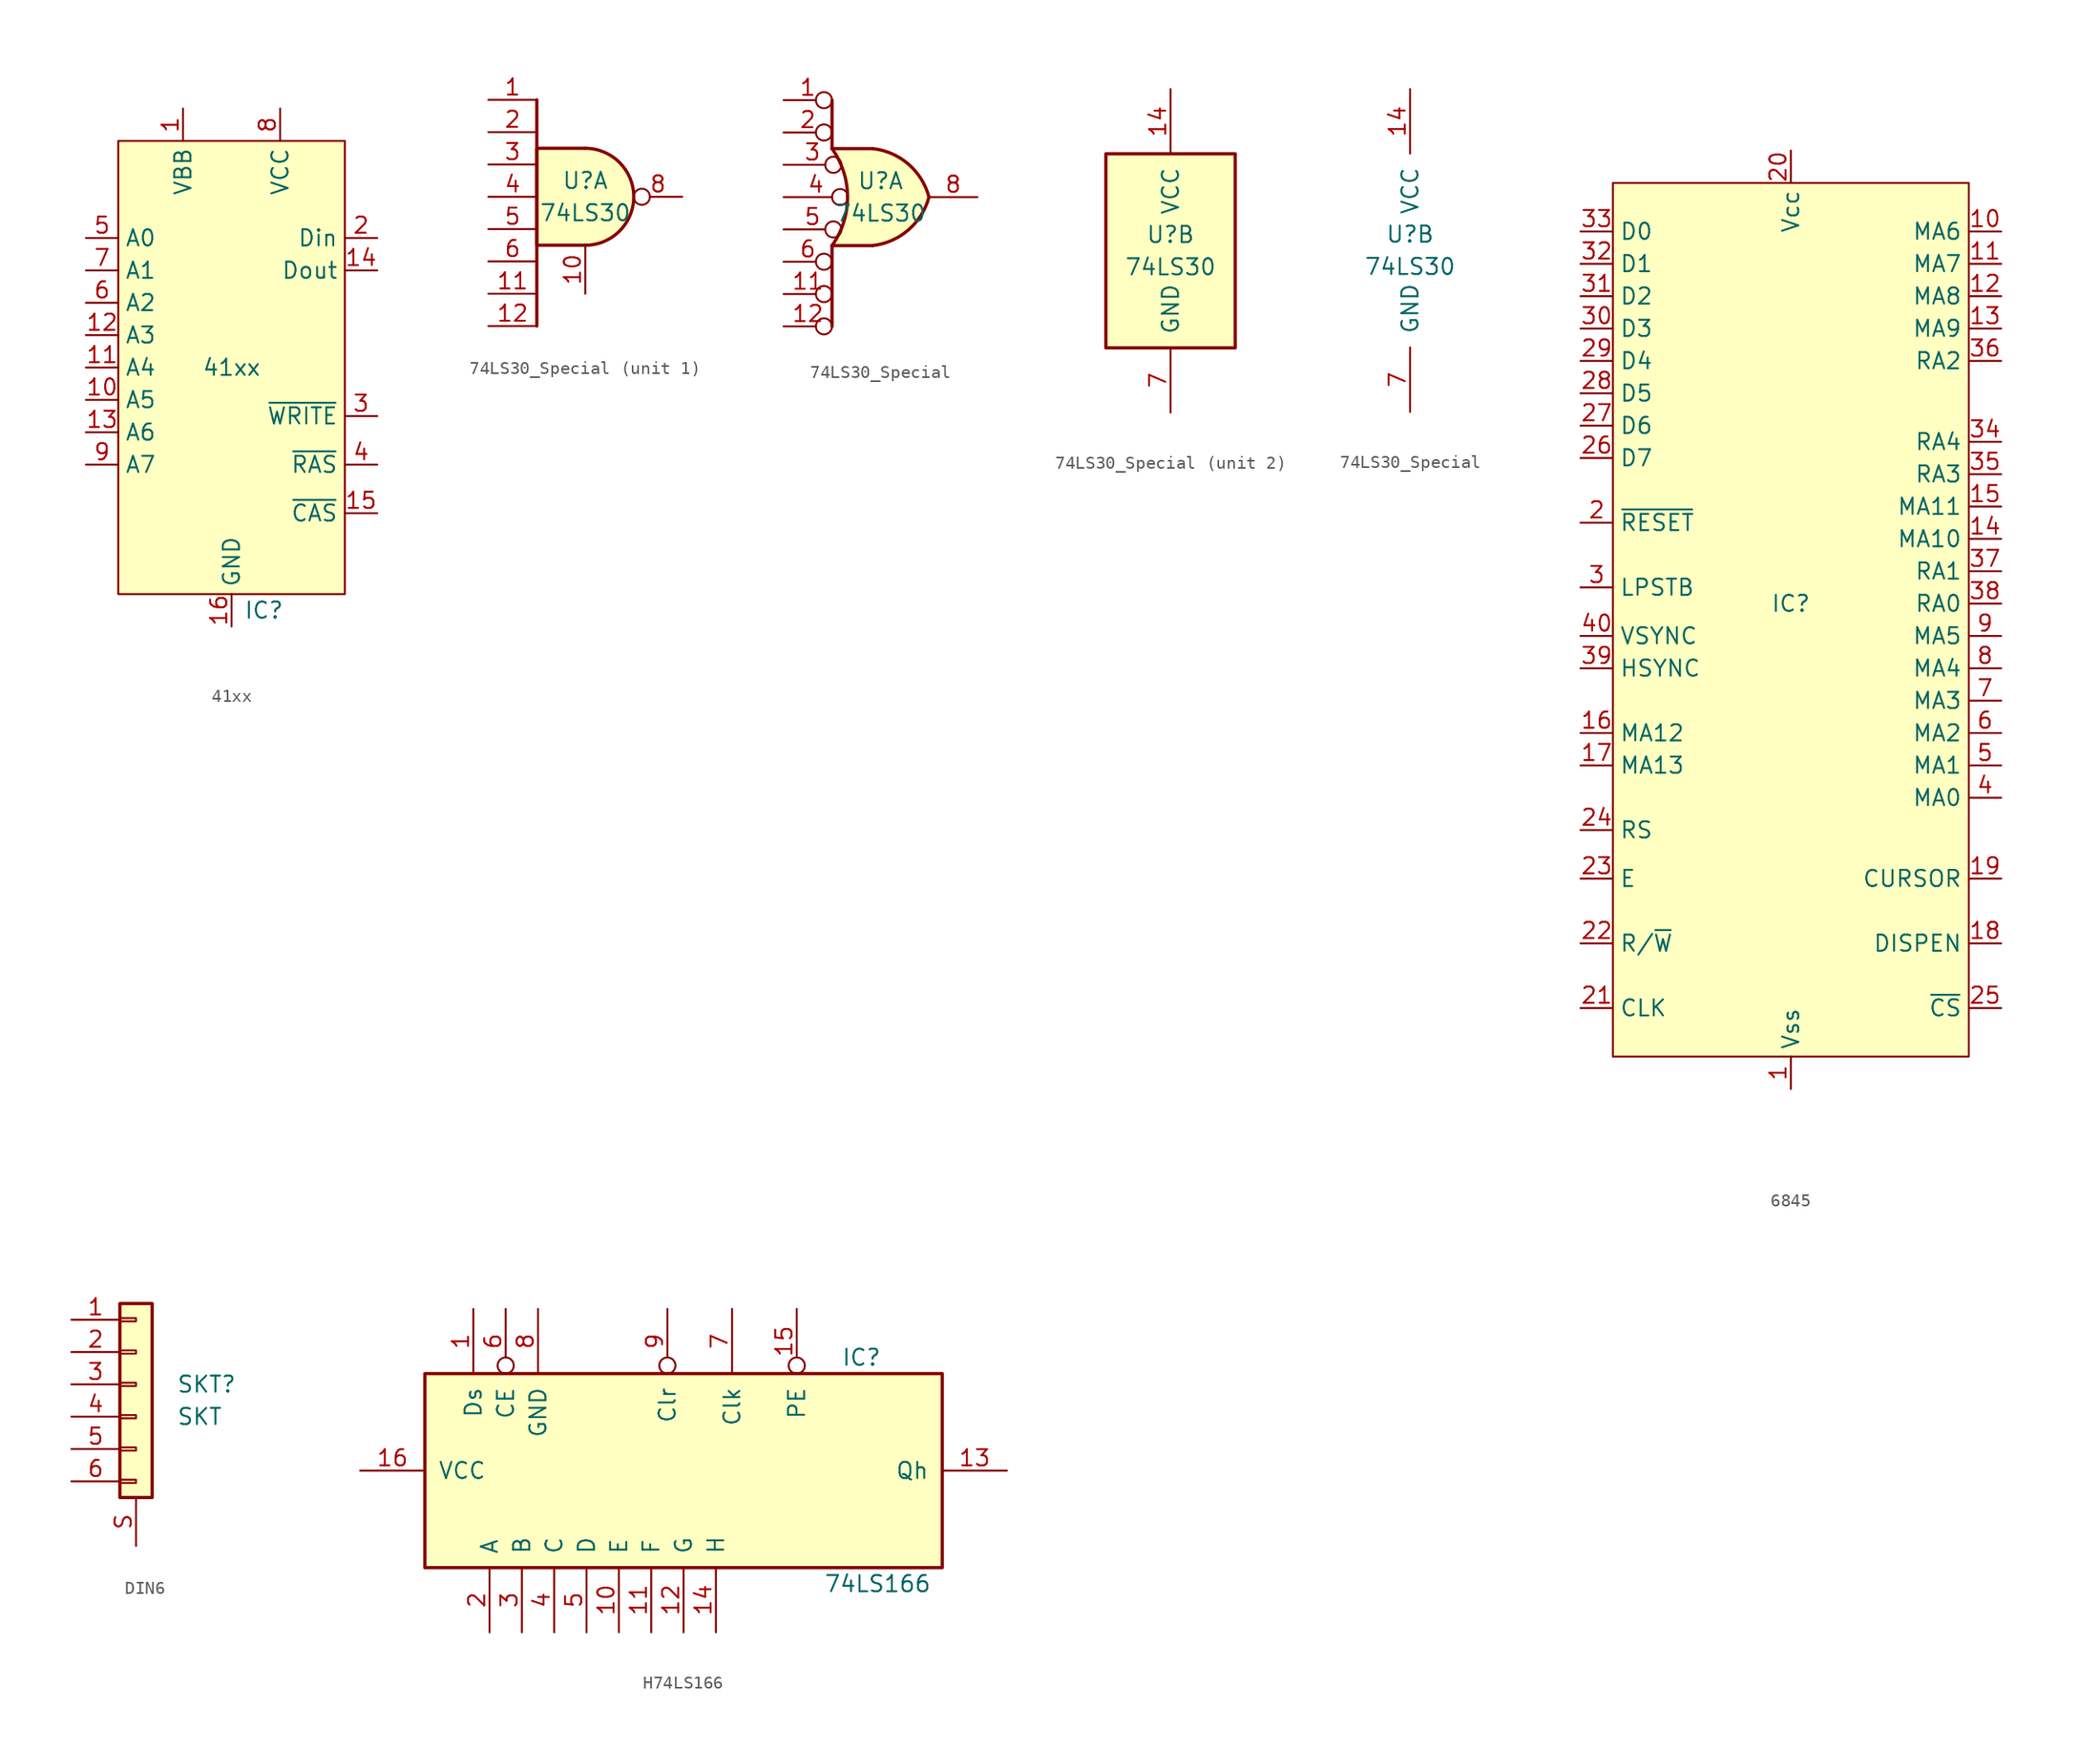
<source format=kicad_sym>
(kicad_symbol_lib
  (version 20220914)
  (generator kicad_symbol_editor)
  (symbol "41xx"
    (property "Reference" "IC"
      (at 2.54 -19.05 0)
      (effects (font (size 1.27 1.27))))
    (property "Value" "41xx"
      (at 0 0 0)
      (effects (font (size 1.27 1.27))))
    (symbol "41xx_0_0"
      (pin power_in line (at -3.81 20.32 270) (length 2.54) (name "VBB" (effects (font (size 1.27 1.27)))) (number "1" (effects (font (size 1.27 1.27)))))
      (pin input line (at -11.43 -2.54 0) (length 2.54) (name "A5" (effects (font (size 1.27 1.27)))) (number "10" (effects (font (size 1.27 1.27)))))
      (pin input line (at -11.43 0 0) (length 2.54) (name "A4" (effects (font (size 1.27 1.27)))) (number "11" (effects (font (size 1.27 1.27)))))
      (pin input line (at -11.43 2.54 0) (length 2.54) (name "A3" (effects (font (size 1.27 1.27)))) (number "12" (effects (font (size 1.27 1.27)))))
      (pin input line (at -11.43 -5.08 0) (length 2.54) (name "A6" (effects (font (size 1.27 1.27)))) (number "13" (effects (font (size 1.27 1.27)))))
      (pin passive line (at 11.43 7.62 180) (length 2.54) (name "Dout" (effects (font (size 1.27 1.27)))) (number "14" (effects (font (size 1.27 1.27)))))
      (pin input line (at 11.43 -11.43 180) (length 2.54) (name "~{CAS}" (effects (font (size 1.27 1.27)))) (number "15" (effects (font (size 1.27 1.27)))))
      (pin power_in line (at 0 -20.32 90) (length 2.54) (name "GND" (effects (font (size 1.27 1.27)))) (number "16" (effects (font (size 1.27 1.27)))))
      (pin passive line (at 11.43 10.16 180) (length 2.54) (name "Din" (effects (font (size 1.27 1.27)))) (number "2" (effects (font (size 1.27 1.27)))))
      (pin input line (at 11.43 -3.81 180) (length 2.54) (name "~{WRITE}" (effects (font (size 1.27 1.27)))) (number "3" (effects (font (size 1.27 1.27)))))
      (pin input line (at 11.43 -7.62 180) (length 2.54) (name "~{RAS}" (effects (font (size 1.27 1.27)))) (number "4" (effects (font (size 1.27 1.27)))))
      (pin input line (at -11.43 10.16 0) (length 2.54) (name "A0" (effects (font (size 1.27 1.27)))) (number "5" (effects (font (size 1.27 1.27)))))
      (pin input line (at -11.43 5.08 0) (length 2.54) (name "A2" (effects (font (size 1.27 1.27)))) (number "6" (effects (font (size 1.27 1.27)))))
      (pin input line (at -11.43 7.62 0) (length 2.54) (name "A1" (effects (font (size 1.27 1.27)))) (number "7" (effects (font (size 1.27 1.27)))))
      (pin power_in line (at 3.81 20.32 270) (length 2.54) (name "VCC" (effects (font (size 1.27 1.27)))) (number "8" (effects (font (size 1.27 1.27)))))
      (pin input line (at -11.43 -7.62 0) (length 2.54) (name "A7" (effects (font (size 1.27 1.27)))) (number "9" (effects (font (size 1.27 1.27))))))
    (symbol "41xx_1_1"
      (rectangle (start -8.89 17.78) (end 8.89 -17.78) (stroke (width 0) (type default)) (fill (type background)))))
  (symbol "74LS30_Special"
    (pin_names
      (offset 1.016))
    (property "Reference" "U"
      (at 0 1.27 0)
      (effects (font (size 1.27 1.27))))
    (property "Value" "74LS30"
      (at 0 -1.27 0)
      (effects (font (size 1.27 1.27))))
    (property "ki_locked" ""
      (at 0 0 0)
      (effects (font (size 1.27 1.27))))
    (symbol "74LS30_Special_1_1"
      (arc (start 0 -3.81) (mid 3.7934 0) (end 0 3.81) (stroke (width 0.254) (type default)) (fill (type background)))
      (polyline (pts (xy -3.81 7.62) (xy -3.81 -10.16)) (stroke (width 0.254) (type default)) (fill (type none)))
      (polyline (pts (xy 0 3.81) (xy -3.81 3.81) (xy -3.81 -3.81) (xy 0 -3.81)) (stroke (width 0.254) (type default)) (fill (type background)))
      (pin input line (at -7.62 7.62 0) (length 3.81) (name "~" (effects (font (size 1.27 1.27)))) (number "1" (effects (font (size 1.27 1.27)))))
      (pin input line (at 0 -7.62 90) (length 3.81) (name "~" (effects (font (size 1.27 1.27)))) (number "10" (effects (font (size 1.27 1.27)))))
      (pin input line (at -7.62 -7.62 0) (length 3.81) (name "~" (effects (font (size 1.27 1.27)))) (number "11" (effects (font (size 1.27 1.27)))))
      (pin input line (at -7.62 -10.16 0) (length 3.81) (name "~" (effects (font (size 1.27 1.27)))) (number "12" (effects (font (size 1.27 1.27)))))
      (pin input line (at -7.62 5.08 0) (length 3.81) (name "~" (effects (font (size 1.27 1.27)))) (number "2" (effects (font (size 1.27 1.27)))))
      (pin input line (at -7.62 2.54 0) (length 3.81) (name "~" (effects (font (size 1.27 1.27)))) (number "3" (effects (font (size 1.27 1.27)))))
      (pin input line (at -7.62 0 0) (length 3.81) (name "~" (effects (font (size 1.27 1.27)))) (number "4" (effects (font (size 1.27 1.27)))))
      (pin input line (at -7.62 -2.54 0) (length 3.81) (name "~" (effects (font (size 1.27 1.27)))) (number "5" (effects (font (size 1.27 1.27)))))
      (pin input line (at -7.62 -5.08 0) (length 3.81) (name "~" (effects (font (size 1.27 1.27)))) (number "6" (effects (font (size 1.27 1.27)))))
      (pin output inverted (at 7.62 0 180) (length 3.81) (name "~" (effects (font (size 1.27 1.27)))) (number "8" (effects (font (size 1.27 1.27))))))
    (symbol "74LS30_Special_1_2"
      (arc (start -3.81 -3.81) (mid -2.589 0) (end -3.81 3.81) (stroke (width 0.254) (type default)) (fill (type none)))
      (arc (start -0.6096 -3.81) (mid 2.1842 -2.5851) (end 3.81 0) (stroke (width 0.254) (type default)) (fill (type background)))
      (polyline (pts (xy -3.81 -3.81) (xy -3.81 -10.16)) (stroke (width 0.254) (type default)) (fill (type none)))
      (polyline (pts (xy -3.81 -3.81) (xy -0.635 -3.81)) (stroke (width 0.254) (type default)) (fill (type background)))
      (polyline (pts (xy -3.81 3.81) (xy -0.635 3.81)) (stroke (width 0.254) (type default)) (fill (type background)))
      (polyline (pts (xy -3.81 7.62) (xy -3.81 3.81)) (stroke (width 0.254) (type default)) (fill (type none)))
      (polyline (pts (xy -0.635 3.81) (xy -3.81 3.81) (xy -3.81 3.81) (xy -3.556 3.404) (xy -3.023 2.261) (xy -2.692 1.041) (xy -2.616 -0.254) (xy -2.769 -1.499) (xy -3.175 -2.718) (xy -3.81 -3.81) (xy -3.81 -3.81) (xy -0.635 -3.81)) (stroke (width -25.4) (type default)) (fill (type background)))
      (arc (start 3.81 0) (mid 2.1915 2.5936) (end -0.6096 3.81) (stroke (width 0.254) (type default)) (fill (type background)))
      (pin input inverted (at -7.62 7.62 0) (length 3.81) (name "~" (effects (font (size 1.27 1.27)))) (number "1" (effects (font (size 1.27 1.27)))))
      (pin input inverted (at -7.62 -7.62 0) (length 3.81) (name "~" (effects (font (size 1.27 1.27)))) (number "11" (effects (font (size 1.27 1.27)))))
      (pin input inverted (at -7.62 -10.16 0) (length 3.81) (name "~" (effects (font (size 1.27 1.27)))) (number "12" (effects (font (size 1.27 1.27)))))
      (pin input inverted (at -7.62 5.08 0) (length 3.81) (name "~" (effects (font (size 1.27 1.27)))) (number "2" (effects (font (size 1.27 1.27)))))
      (pin input inverted (at -7.62 2.54 0) (length 4.547) (name "~" (effects (font (size 1.27 1.27)))) (number "3" (effects (font (size 1.27 1.27)))))
      (pin input inverted (at -7.62 0 0) (length 5.08) (name "~" (effects (font (size 1.27 1.27)))) (number "4" (effects (font (size 1.27 1.27)))))
      (pin input inverted (at -7.62 -2.54 0) (length 4.547) (name "~" (effects (font (size 1.27 1.27)))) (number "5" (effects (font (size 1.27 1.27)))))
      (pin input inverted (at -7.62 -5.08 0) (length 3.81) (name "~" (effects (font (size 1.27 1.27)))) (number "6" (effects (font (size 1.27 1.27)))))
      (pin output line (at 7.62 0 180) (length 3.81) (name "~" (effects (font (size 1.27 1.27)))) (number "8" (effects (font (size 1.27 1.27))))))
    (symbol "74LS30_Special_2_0"
      (pin power_in line (at 0 12.7 270) (length 5.08) (name "VCC" (effects (font (size 1.27 1.27)))) (number "14" (effects (font (size 1.27 1.27)))))
      (pin power_in line (at 0 -12.7 90) (length 5.08) (name "GND" (effects (font (size 1.27 1.27)))) (number "7" (effects (font (size 1.27 1.27))))))
    (symbol "74LS30_Special_2_1"
      (rectangle (start -5.08 7.62) (end 5.08 -7.62) (stroke (width 0.254) (type default)) (fill (type background)))))
  (symbol "6845"
    (property "Reference" "IC"
      (at 0 0 0)
      (effects (font (size 1.27 1.27))))
    (property "Value" ""
      (at 0 0 0)
      (effects (font (size 1.27 1.27))))
    (symbol "6845_0_0"
      (pin power_in line (at 0 -38.1 90) (length 2.54) (name "Vss" (effects (font (size 1.27 1.27)))) (number "1" (effects (font (size 1.27 1.27)))))
      (pin output line (at 16.51 29.21 180) (length 2.54) (name "MA6" (effects (font (size 1.27 1.27)))) (number "10" (effects (font (size 1.27 1.27)))))
      (pin output line (at 16.51 26.67 180) (length 2.54) (name "MA7" (effects (font (size 1.27 1.27)))) (number "11" (effects (font (size 1.27 1.27)))))
      (pin output line (at 16.51 24.13 180) (length 2.54) (name "MA8" (effects (font (size 1.27 1.27)))) (number "12" (effects (font (size 1.27 1.27)))))
      (pin output line (at 16.51 21.59 180) (length 2.54) (name "MA9" (effects (font (size 1.27 1.27)))) (number "13" (effects (font (size 1.27 1.27)))))
      (pin output line (at 16.51 5.08 180) (length 2.54) (name "MA10" (effects (font (size 1.27 1.27)))) (number "14" (effects (font (size 1.27 1.27)))))
      (pin output line (at 16.51 7.62 180) (length 2.54) (name "MA11" (effects (font (size 1.27 1.27)))) (number "15" (effects (font (size 1.27 1.27)))))
      (pin output line (at -16.51 -10.16 0) (length 2.54) (name "MA12" (effects (font (size 1.27 1.27)))) (number "16" (effects (font (size 1.27 1.27)))))
      (pin output line (at -16.51 -12.7 0) (length 2.54) (name "MA13" (effects (font (size 1.27 1.27)))) (number "17" (effects (font (size 1.27 1.27)))))
      (pin passive line (at 16.51 -21.59 180) (length 2.54) (name "CURSOR" (effects (font (size 1.27 1.27)))) (number "19" (effects (font (size 1.27 1.27)))))
      (pin input line (at -16.51 6.35 0) (length 2.54) (name "~{RESET}" (effects (font (size 1.27 1.27)))) (number "2" (effects (font (size 1.27 1.27)))))
      (pin power_in line (at 0 35.56 270) (length 2.54) (name "Vcc" (effects (font (size 1.27 1.27)))) (number "20" (effects (font (size 1.27 1.27)))))
      (pin input line (at -16.51 -31.75 0) (length 2.54) (name "CLK" (effects (font (size 1.27 1.27)))) (number "21" (effects (font (size 1.27 1.27)))))
      (pin input line (at -16.51 -26.67 0) (length 2.54) (name "R/~{W}" (effects (font (size 1.27 1.27)))) (number "22" (effects (font (size 1.27 1.27)))))
      (pin input line (at -16.51 -21.59 0) (length 2.54) (name "E" (effects (font (size 1.27 1.27)))) (number "23" (effects (font (size 1.27 1.27)))))
      (pin passive line (at -16.51 -17.78 0) (length 2.54) (name "RS" (effects (font (size 1.27 1.27)))) (number "24" (effects (font (size 1.27 1.27)))))
      (pin input line (at 16.51 -31.75 180) (length 2.54) (name "~{CS}" (effects (font (size 1.27 1.27)))) (number "25" (effects (font (size 1.27 1.27)))))
      (pin bidirectional line (at -16.51 11.43 0) (length 2.54) (name "D7" (effects (font (size 1.27 1.27)))) (number "26" (effects (font (size 1.27 1.27)))))
      (pin bidirectional line (at -16.51 13.97 0) (length 2.54) (name "D6" (effects (font (size 1.27 1.27)))) (number "27" (effects (font (size 1.27 1.27)))))
      (pin bidirectional line (at -16.51 16.51 0) (length 2.54) (name "D5" (effects (font (size 1.27 1.27)))) (number "28" (effects (font (size 1.27 1.27)))))
      (pin bidirectional line (at -16.51 19.05 0) (length 2.54) (name "D4" (effects (font (size 1.27 1.27)))) (number "29" (effects (font (size 1.27 1.27)))))
      (pin passive line (at -16.51 1.27 0) (length 2.54) (name "LPSTB" (effects (font (size 1.27 1.27)))) (number "3" (effects (font (size 1.27 1.27)))))
      (pin bidirectional line (at -16.51 21.59 0) (length 2.54) (name "D3" (effects (font (size 1.27 1.27)))) (number "30" (effects (font (size 1.27 1.27)))))
      (pin bidirectional line (at -16.51 24.13 0) (length 2.54) (name "D2" (effects (font (size 1.27 1.27)))) (number "31" (effects (font (size 1.27 1.27)))))
      (pin bidirectional line (at -16.51 26.67 0) (length 2.54) (name "D1" (effects (font (size 1.27 1.27)))) (number "32" (effects (font (size 1.27 1.27)))))
      (pin bidirectional line (at -16.51 29.21 0) (length 2.54) (name "D0" (effects (font (size 1.27 1.27)))) (number "33" (effects (font (size 1.27 1.27)))))
      (pin output line (at -16.51 -5.08 0) (length 2.54) (name "HSYNC" (effects (font (size 1.27 1.27)))) (number "39" (effects (font (size 1.27 1.27)))))
      (pin output line (at 16.51 -15.24 180) (length 2.54) (name "MA0" (effects (font (size 1.27 1.27)))) (number "4" (effects (font (size 1.27 1.27)))))
      (pin output line (at -16.51 -2.54 0) (length 2.54) (name "VSYNC" (effects (font (size 1.27 1.27)))) (number "40" (effects (font (size 1.27 1.27)))))
      (pin output line (at 16.51 -12.7 180) (length 2.54) (name "MA1" (effects (font (size 1.27 1.27)))) (number "5" (effects (font (size 1.27 1.27)))))
      (pin output line (at 16.51 -10.16 180) (length 2.54) (name "MA2" (effects (font (size 1.27 1.27)))) (number "6" (effects (font (size 1.27 1.27)))))
      (pin output line (at 16.51 -7.62 180) (length 2.54) (name "MA3" (effects (font (size 1.27 1.27)))) (number "7" (effects (font (size 1.27 1.27)))))
      (pin output line (at 16.51 -5.08 180) (length 2.54) (name "MA4" (effects (font (size 1.27 1.27)))) (number "8" (effects (font (size 1.27 1.27)))))
      (pin output line (at 16.51 -2.54 180) (length 2.54) (name "MA5" (effects (font (size 1.27 1.27)))) (number "9" (effects (font (size 1.27 1.27))))))
    (symbol "6845_1_0"
      (pin output line (at 16.51 -26.67 180) (length 2.54) (name "DISPEN" (effects (font (size 1.27 1.27)))) (number "18" (effects (font (size 1.27 1.27)))))
      (pin bidirectional line (at 16.51 12.7 180) (length 2.54) (name "RA4" (effects (font (size 1.27 1.27)))) (number "34" (effects (font (size 1.27 1.27)))))
      (pin bidirectional line (at 16.51 10.16 180) (length 2.54) (name "RA3" (effects (font (size 1.27 1.27)))) (number "35" (effects (font (size 1.27 1.27)))))
      (pin bidirectional line (at 16.51 19.05 180) (length 2.54) (name "RA2" (effects (font (size 1.27 1.27)))) (number "36" (effects (font (size 1.27 1.27)))))
      (pin bidirectional line (at 16.51 2.54 180) (length 2.54) (name "RA1" (effects (font (size 1.27 1.27)))) (number "37" (effects (font (size 1.27 1.27)))))
      (pin bidirectional line (at 16.51 0 180) (length 2.54) (name "RA0" (effects (font (size 1.27 1.27)))) (number "38" (effects (font (size 1.27 1.27))))))
    (symbol "6845_1_1"
      (rectangle (start -13.97 33.02) (end 13.97 -35.56) (stroke (width 0) (type default)) (fill (type background)))))
  (symbol "DIN6"
    (pin_names
      (offset 1.016) hide)
    (property "Reference" "SKT"
      (at 3.175 0 0)
      (effects (font (size 1.27 1.27)) (justify left)))
    (property "Value" "${REFERENCE}"
      (at 3.175 -2.54 0)
      (effects (font (size 1.27 1.27)) (justify left)))
    (symbol "DIN6_1_1"
      (rectangle (start -1.27 -7.493) (end 0 -7.747) (stroke (width 0.152) (type default)) (fill (type none)))
      (rectangle (start -1.27 -4.953) (end 0 -5.207) (stroke (width 0.152) (type default)) (fill (type none)))
      (rectangle (start -1.27 -2.413) (end 0 -2.667) (stroke (width 0.152) (type default)) (fill (type none)))
      (rectangle (start -1.27 0.127) (end 0 -0.127) (stroke (width 0.152) (type default)) (fill (type none)))
      (rectangle (start -1.27 2.667) (end 0 2.413) (stroke (width 0.152) (type default)) (fill (type none)))
      (rectangle (start -1.27 5.207) (end 0 4.953) (stroke (width 0.152) (type default)) (fill (type none)))
      (rectangle (start -1.27 6.35) (end 1.27 -8.89) (stroke (width 0.254) (type default)) (fill (type background)))
      (pin passive line (at -5.08 5.08 0) (length 3.81) (name "Pin_1" (effects (font (size 1.27 1.27)))) (number "1" (effects (font (size 1.27 1.27)))))
      (pin passive line (at -5.08 2.54 0) (length 3.81) (name "Pin_2" (effects (font (size 1.27 1.27)))) (number "2" (effects (font (size 1.27 1.27)))))
      (pin passive line (at -5.08 0 0) (length 3.81) (name "Pin_3" (effects (font (size 1.27 1.27)))) (number "3" (effects (font (size 1.27 1.27)))))
      (pin passive line (at -5.08 -2.54 0) (length 3.81) (name "Pin_4" (effects (font (size 1.27 1.27)))) (number "4" (effects (font (size 1.27 1.27)))))
      (pin passive line (at -5.08 -5.08 0) (length 3.81) (name "Pin_5" (effects (font (size 1.27 1.27)))) (number "5" (effects (font (size 1.27 1.27)))))
      (pin passive line (at -5.08 -7.62 0) (length 3.81) (name "Pin_6" (effects (font (size 1.27 1.27)))) (number "6" (effects (font (size 1.27 1.27)))))
      (pin passive line (at 0 -12.7 90) (length 3.81) (name "SHIELD" (effects (font (size 1.27 1.27)))) (number "S" (effects (font (size 1.27 1.27)))))))
  (symbol "H74LS166"
    (pin_names
      (offset 1.016))
    (property "Reference" "IC"
      (at 13.97 8.89 0)
      (effects (font (size 1.27 1.27))))
    (property "Value" "74LS166"
      (at 15.24 -8.89 0)
      (effects (font (size 1.27 1.27))))
    (property "ki_locked" ""
      (at 0 0 0)
      (effects (font (size 1.27 1.27))))
    (symbol "H74LS166_1_0"
      (pin input line (at -16.51 12.7 270) (length 5.08) (name "Ds" (effects (font (size 1.27 1.27)))) (number "1" (effects (font (size 1.27 1.27)))))
      (pin input line (at -5.08 -12.7 90) (length 5.08) (name "E" (effects (font (size 1.27 1.27)))) (number "10" (effects (font (size 1.27 1.27)))))
      (pin input line (at -2.54 -12.7 90) (length 5.08) (name "F" (effects (font (size 1.27 1.27)))) (number "11" (effects (font (size 1.27 1.27)))))
      (pin input line (at 0 -12.7 90) (length 5.08) (name "G" (effects (font (size 1.27 1.27)))) (number "12" (effects (font (size 1.27 1.27)))))
      (pin output line (at 25.4 0 180) (length 5.08) (name "Qh" (effects (font (size 1.27 1.27)))) (number "13" (effects (font (size 1.27 1.27)))))
      (pin input line (at 2.54 -12.7 90) (length 5.08) (name "H" (effects (font (size 1.27 1.27)))) (number "14" (effects (font (size 1.27 1.27)))))
      (pin input inverted (at 8.89 12.7 270) (length 5.08) (name "PE" (effects (font (size 1.27 1.27)))) (number "15" (effects (font (size 1.27 1.27)))))
      (pin power_in line (at -25.4 0 0) (length 5.08) (name "VCC" (effects (font (size 1.27 1.27)))) (number "16" (effects (font (size 1.27 1.27)))))
      (pin input line (at -15.24 -12.7 90) (length 5.08) (name "A" (effects (font (size 1.27 1.27)))) (number "2" (effects (font (size 1.27 1.27)))))
      (pin input line (at -12.7 -12.7 90) (length 5.08) (name "B" (effects (font (size 1.27 1.27)))) (number "3" (effects (font (size 1.27 1.27)))))
      (pin input line (at -10.16 -12.7 90) (length 5.08) (name "C" (effects (font (size 1.27 1.27)))) (number "4" (effects (font (size 1.27 1.27)))))
      (pin input line (at -7.62 -12.7 90) (length 5.08) (name "D" (effects (font (size 1.27 1.27)))) (number "5" (effects (font (size 1.27 1.27)))))
      (pin input inverted (at -13.97 12.7 270) (length 5.08) (name "CE" (effects (font (size 1.27 1.27)))) (number "6" (effects (font (size 1.27 1.27)))))
      (pin input line (at 3.81 12.7 270) (length 5.08) (name "Clk" (effects (font (size 1.27 1.27)))) (number "7" (effects (font (size 1.27 1.27)))))
      (pin power_in line (at -11.43 12.7 270) (length 5.08) (name "GND" (effects (font (size 1.27 1.27)))) (number "8" (effects (font (size 1.27 1.27)))))
      (pin input inverted (at -1.27 12.7 270) (length 5.08) (name "Clr" (effects (font (size 1.27 1.27)))) (number "9" (effects (font (size 1.27 1.27))))))
    (symbol "H74LS166_1_1"
      (rectangle (start -20.32 7.62) (end 20.32 -7.62) (stroke (width 0.254) (type default)) (fill (type background))))))
</source>
